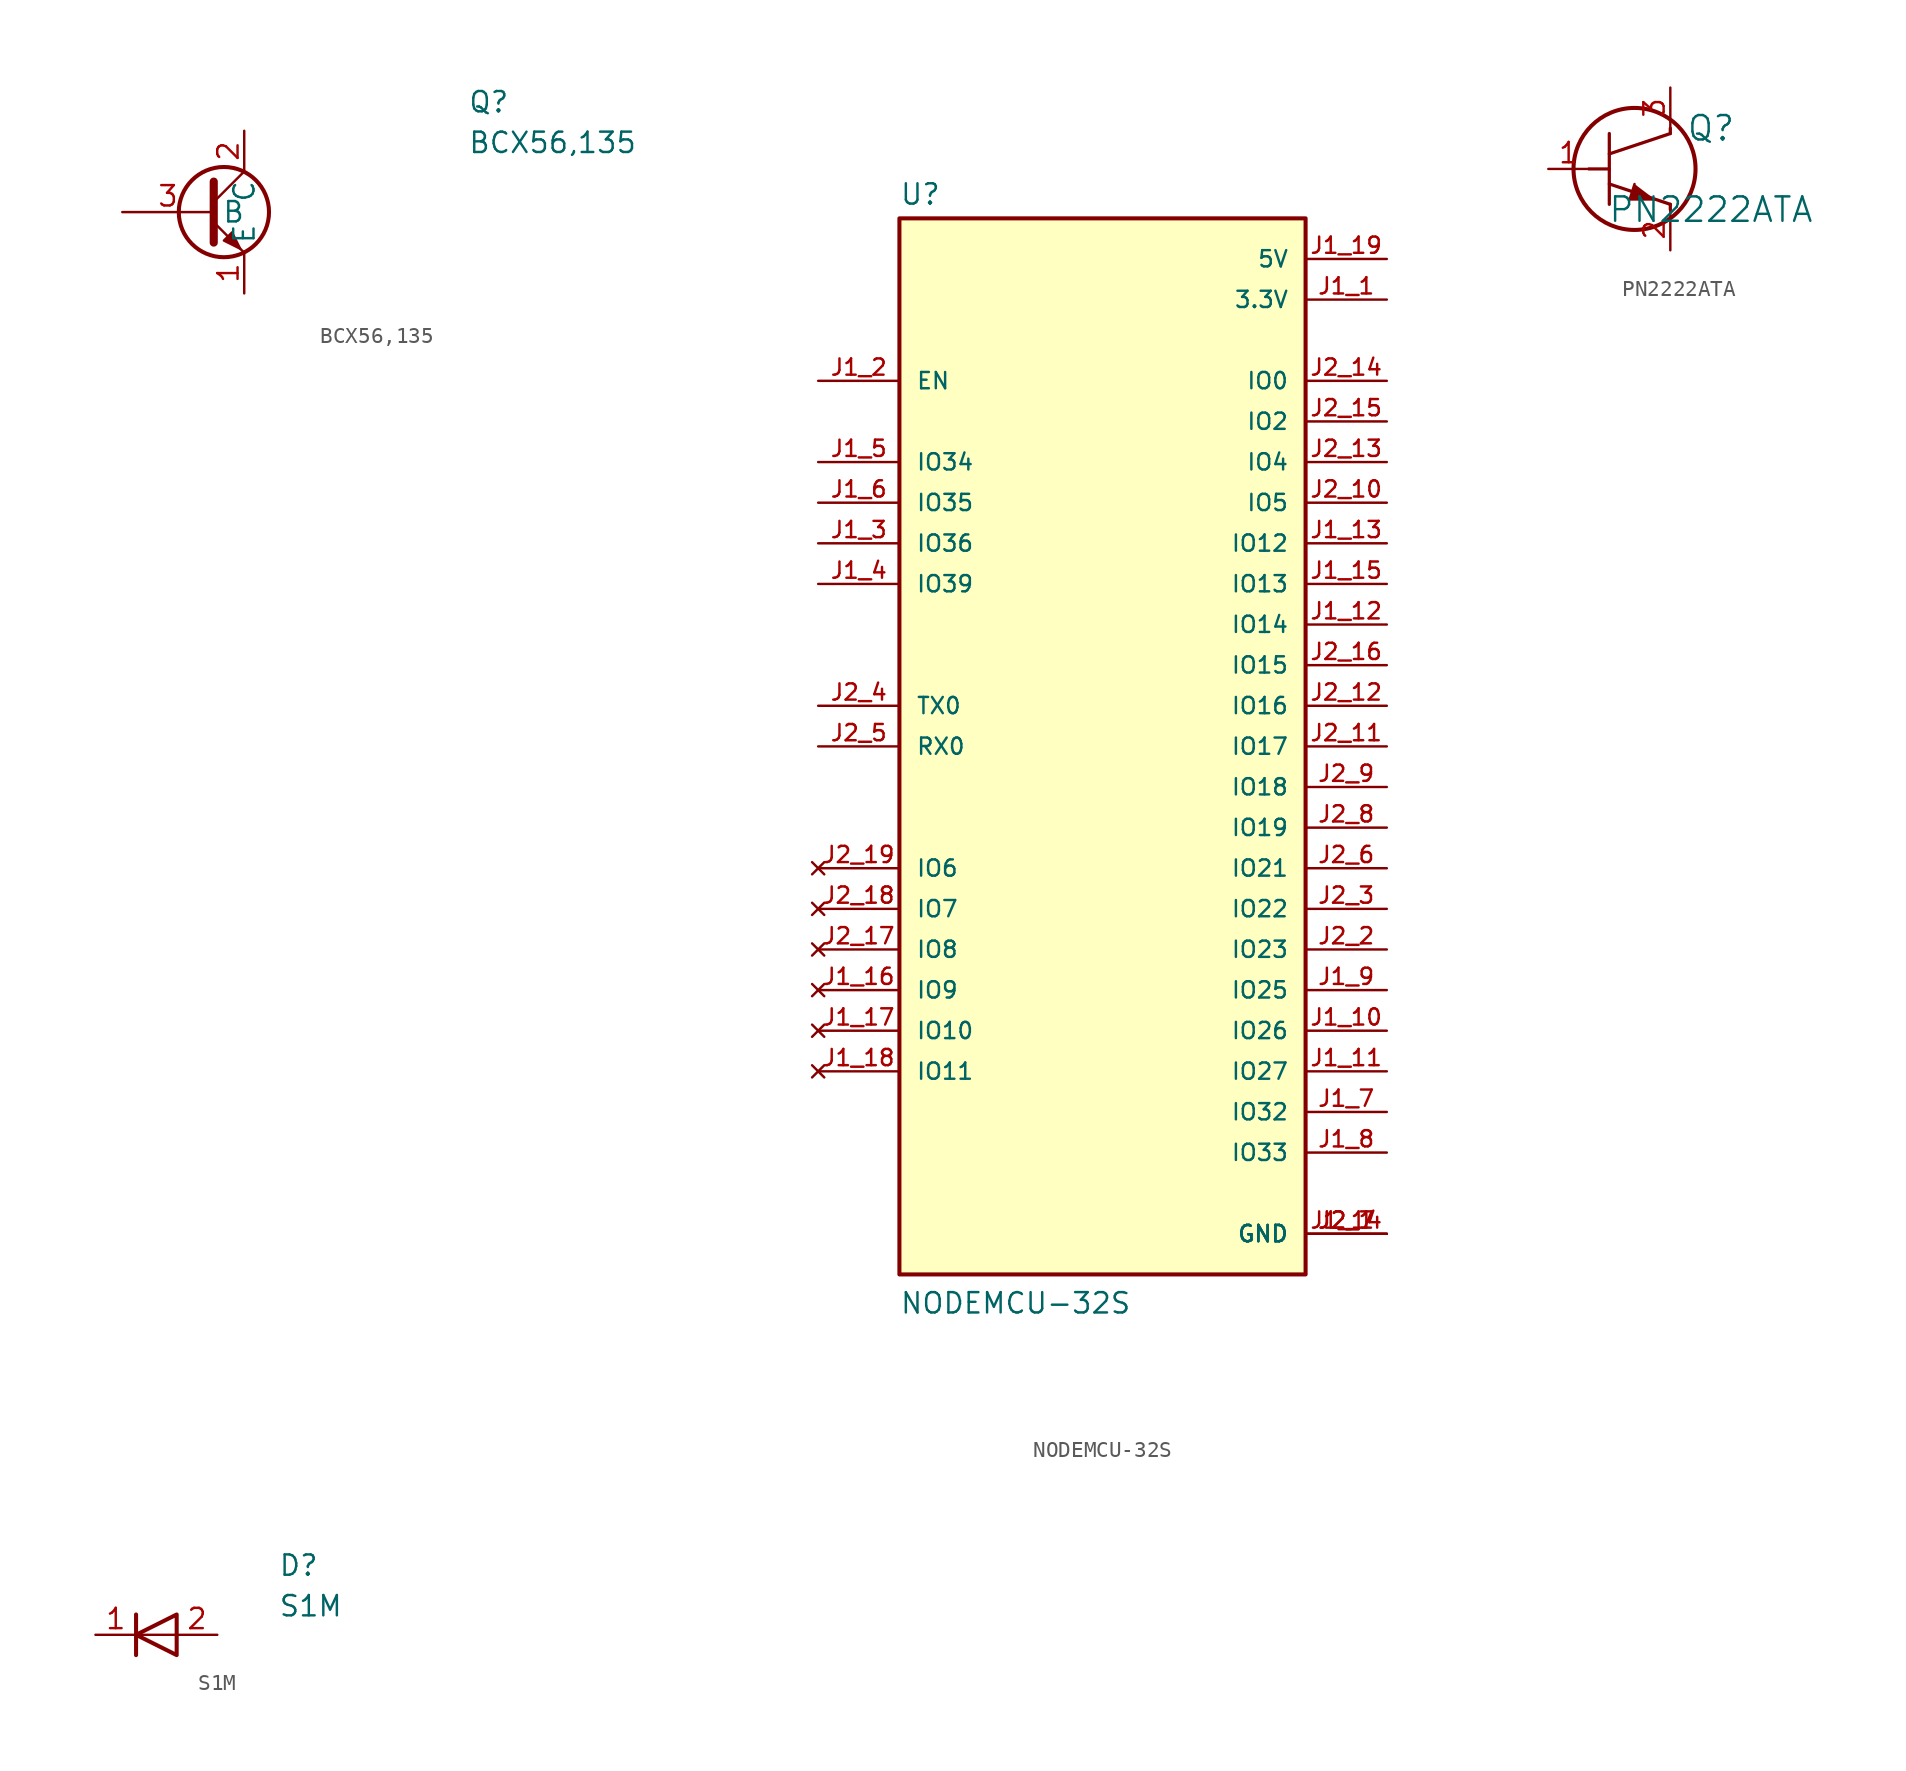
<source format=kicad_sym>
(kicad_symbol_lib
  (version 20231120)
  (generator "kicad_symbol_editor")
  (generator_version "8.0")
  (symbol "BCX56,135"
    (property "Reference" "Q"
      (at 21.59 7.62 0)
      (effects (font (size 1.27 1.27)) (justify left top)))
    (property "Value" "BCX56,135"
      (at 21.59 5.08 0)
      (effects (font (size 1.27 1.27)) (justify left top)))
    (symbol "BCX56,135_0_1"
      (polyline (pts (xy 5.715 0.635) (xy 7.62 2.54)) (stroke (width 0) (type default)) (fill (type none)))
      (polyline (pts (xy 5.715 -0.635) (xy 7.62 -2.54) (xy 7.62 -2.54)) (stroke (width 0) (type default)) (fill (type none)))
      (polyline (pts (xy 5.715 1.905) (xy 5.715 -1.905) (xy 5.715 -1.905)) (stroke (width 0.508) (type default)) (fill (type none)))
      (polyline (pts (xy 6.35 -1.778) (xy 6.858 -1.27) (xy 7.366 -2.286) (xy 6.35 -1.778) (xy 6.35 -1.778)) (stroke (width 0) (type default)) (fill (type outline)))
      (circle (center 6.35 0) (radius 2.819) (stroke (width 0.254) (type default)) (fill (type none))))
    (symbol "BCX56,135_1_1"
      (pin passive line (at 7.62 -5.08 90) (length 2.54) (name "E" (effects (font (size 1.27 1.27)))) (number "1" (effects (font (size 1.27 1.27)))))
      (pin passive line (at 7.62 5.08 270) (length 2.54) (name "C" (effects (font (size 1.27 1.27)))) (number "2" (effects (font (size 1.27 1.27)))))
      (pin passive line (at 0 0 0) (length 5.715) (name "B" (effects (font (size 1.27 1.27)))) (number "3" (effects (font (size 1.27 1.27)))))))
  (symbol "NODEMCU-32S"
    (pin_names
      (offset 1.016))
    (property "Reference" "U"
      (at -12.7 33.782 0)
      (effects (font (size 1.27 1.27)) (justify left bottom)))
    (property "Value" "NODEMCU-32S"
      (at -12.7 -35.56 0)
      (effects (font (size 1.27 1.27)) (justify left bottom)))
    (symbol "NODEMCU-32S_0_0"
      (rectangle (start -12.7 -33.02) (end 12.7 33.02) (stroke (width 0.254) (type default)) (fill (type background)))
      (pin power_in line (at 17.78 27.94 180) (length 5.08) (name "3.3V" (effects (font (size 1.016 1.016)))) (number "J1_1" (effects (font (size 1.016 1.016)))))
      (pin bidirectional line (at 17.78 -17.78 180) (length 5.08) (name "IO26" (effects (font (size 1.016 1.016)))) (number "J1_10" (effects (font (size 1.016 1.016)))))
      (pin bidirectional line (at 17.78 -20.32 180) (length 5.08) (name "IO27" (effects (font (size 1.016 1.016)))) (number "J1_11" (effects (font (size 1.016 1.016)))))
      (pin bidirectional line (at 17.78 7.62 180) (length 5.08) (name "IO14" (effects (font (size 1.016 1.016)))) (number "J1_12" (effects (font (size 1.016 1.016)))))
      (pin bidirectional line (at 17.78 12.7 180) (length 5.08) (name "IO12" (effects (font (size 1.016 1.016)))) (number "J1_13" (effects (font (size 1.016 1.016)))))
      (pin power_in line (at 17.78 -30.48 180) (length 5.08) (name "GND" (effects (font (size 1.016 1.016)))) (number "J1_14" (effects (font (size 1.016 1.016)))))
      (pin bidirectional line (at 17.78 10.16 180) (length 5.08) (name "IO13" (effects (font (size 1.016 1.016)))) (number "J1_15" (effects (font (size 1.016 1.016)))))
      (pin no_connect line (at -17.78 -15.24 0) (length 5.08) (name "IO9" (effects (font (size 1.016 1.016)))) (number "J1_16" (effects (font (size 1.016 1.016)))))
      (pin no_connect line (at -17.78 -17.78 0) (length 5.08) (name "IO10" (effects (font (size 1.016 1.016)))) (number "J1_17" (effects (font (size 1.016 1.016)))))
      (pin no_connect line (at -17.78 -20.32 0) (length 5.08) (name "IO11" (effects (font (size 1.016 1.016)))) (number "J1_18" (effects (font (size 1.016 1.016)))))
      (pin power_in line (at 17.78 30.48 180) (length 5.08) (name "5V" (effects (font (size 1.016 1.016)))) (number "J1_19" (effects (font (size 1.016 1.016)))))
      (pin input line (at -17.78 22.86 0) (length 5.08) (name "EN" (effects (font (size 1.016 1.016)))) (number "J1_2" (effects (font (size 1.016 1.016)))))
      (pin input line (at -17.78 12.7 0) (length 5.08) (name "IO36" (effects (font (size 1.016 1.016)))) (number "J1_3" (effects (font (size 1.016 1.016)))))
      (pin input line (at -17.78 10.16 0) (length 5.08) (name "IO39" (effects (font (size 1.016 1.016)))) (number "J1_4" (effects (font (size 1.016 1.016)))))
      (pin input line (at -17.78 17.78 0) (length 5.08) (name "IO34" (effects (font (size 1.016 1.016)))) (number "J1_5" (effects (font (size 1.016 1.016)))))
      (pin input line (at -17.78 15.24 0) (length 5.08) (name "IO35" (effects (font (size 1.016 1.016)))) (number "J1_6" (effects (font (size 1.016 1.016)))))
      (pin bidirectional line (at 17.78 -22.86 180) (length 5.08) (name "IO32" (effects (font (size 1.016 1.016)))) (number "J1_7" (effects (font (size 1.016 1.016)))))
      (pin bidirectional line (at 17.78 -25.4 180) (length 5.08) (name "IO33" (effects (font (size 1.016 1.016)))) (number "J1_8" (effects (font (size 1.016 1.016)))))
      (pin bidirectional line (at 17.78 -15.24 180) (length 5.08) (name "IO25" (effects (font (size 1.016 1.016)))) (number "J1_9" (effects (font (size 1.016 1.016)))))
      (pin power_in line (at 17.78 -30.48 180) (length 5.08) (name "GND" (effects (font (size 1.016 1.016)))) (number "J2_1" (effects (font (size 1.016 1.016)))))
      (pin bidirectional line (at 17.78 15.24 180) (length 5.08) (name "IO5" (effects (font (size 1.016 1.016)))) (number "J2_10" (effects (font (size 1.016 1.016)))))
      (pin bidirectional line (at 17.78 0 180) (length 5.08) (name "IO17" (effects (font (size 1.016 1.016)))) (number "J2_11" (effects (font (size 1.016 1.016)))))
      (pin bidirectional line (at 17.78 2.54 180) (length 5.08) (name "IO16" (effects (font (size 1.016 1.016)))) (number "J2_12" (effects (font (size 1.016 1.016)))))
      (pin bidirectional line (at 17.78 17.78 180) (length 5.08) (name "IO4" (effects (font (size 1.016 1.016)))) (number "J2_13" (effects (font (size 1.016 1.016)))))
      (pin bidirectional line (at 17.78 22.86 180) (length 5.08) (name "IO0" (effects (font (size 1.016 1.016)))) (number "J2_14" (effects (font (size 1.016 1.016)))))
      (pin bidirectional line (at 17.78 20.32 180) (length 5.08) (name "IO2" (effects (font (size 1.016 1.016)))) (number "J2_15" (effects (font (size 1.016 1.016)))))
      (pin bidirectional line (at 17.78 5.08 180) (length 5.08) (name "IO15" (effects (font (size 1.016 1.016)))) (number "J2_16" (effects (font (size 1.016 1.016)))))
      (pin no_connect line (at -17.78 -12.7 0) (length 5.08) (name "IO8" (effects (font (size 1.016 1.016)))) (number "J2_17" (effects (font (size 1.016 1.016)))))
      (pin no_connect line (at -17.78 -10.16 0) (length 5.08) (name "IO7" (effects (font (size 1.016 1.016)))) (number "J2_18" (effects (font (size 1.016 1.016)))))
      (pin no_connect line (at -17.78 -7.62 0) (length 5.08) (name "IO6" (effects (font (size 1.016 1.016)))) (number "J2_19" (effects (font (size 1.016 1.016)))))
      (pin bidirectional line (at 17.78 -12.7 180) (length 5.08) (name "IO23" (effects (font (size 1.016 1.016)))) (number "J2_2" (effects (font (size 1.016 1.016)))))
      (pin bidirectional line (at 17.78 -10.16 180) (length 5.08) (name "IO22" (effects (font (size 1.016 1.016)))) (number "J2_3" (effects (font (size 1.016 1.016)))))
      (pin bidirectional line (at -17.78 2.54 0) (length 5.08) (name "TX0" (effects (font (size 1.016 1.016)))) (number "J2_4" (effects (font (size 1.016 1.016)))))
      (pin bidirectional line (at -17.78 0 0) (length 5.08) (name "RX0" (effects (font (size 1.016 1.016)))) (number "J2_5" (effects (font (size 1.016 1.016)))))
      (pin bidirectional line (at 17.78 -7.62 180) (length 5.08) (name "IO21" (effects (font (size 1.016 1.016)))) (number "J2_6" (effects (font (size 1.016 1.016)))))
      (pin power_in line (at 17.78 -30.48 180) (length 5.08) (name "GND" (effects (font (size 1.016 1.016)))) (number "J2_7" (effects (font (size 1.016 1.016)))))
      (pin bidirectional line (at 17.78 -5.08 180) (length 5.08) (name "IO19" (effects (font (size 1.016 1.016)))) (number "J2_8" (effects (font (size 1.016 1.016)))))
      (pin bidirectional line (at 17.78 -2.54 180) (length 5.08) (name "IO18" (effects (font (size 1.016 1.016)))) (number "J2_9" (effects (font (size 1.016 1.016)))))))
  (symbol "PN2222ATA"
    (pin_names
      (offset 0.254))
    (property "Reference" "Q"
      (at 10.16 2.54 0)
      (effects (font (size 1.524 1.524))))
    (property "Value" "PN2222ATA"
      (at 10.16 -2.54 0)
      (effects (font (size 1.524 1.524))))
    (property "ki_locked" ""
      (at 0 0 0)
      (effects (font (size 1.27 1.27))))
    (symbol "PN2222ATA_0_1"
      (polyline (pts (xy 2.54 0) (xy 3.81 0)) (stroke (width 0.203) (type default)) (fill (type none)))
      (polyline (pts (xy 3.81 -2.21) (xy 3.81 2.21)) (stroke (width 0.203) (type default)) (fill (type none)))
      (polyline (pts (xy 3.81 -0.94) (xy 7.62 -2.21)) (stroke (width 0.203) (type default)) (fill (type none)))
      (polyline (pts (xy 3.81 0.94) (xy 7.62 2.21)) (stroke (width 0.203) (type default)) (fill (type none)))
      (polyline (pts (xy 7.62 -2.54) (xy 7.62 -2.21)) (stroke (width 0.203) (type default)) (fill (type none)))
      (polyline (pts (xy 7.62 2.21) (xy 7.62 2.54)) (stroke (width 0.203) (type default)) (fill (type none)))
      (polyline (pts (xy 5.385 -0.94) (xy 5.08 -1.905) (xy 6.655 -1.905)) (stroke (width 0) (type default)) (fill (type outline)))
      (circle (center 5.385 0) (radius 3.81) (stroke (width 0.254) (type default)) (fill (type none)))
      (pin unspecified line (at 0 0 0) (length 2.54) (name "" (effects (font (size 1.27 1.27)))) (number "1" (effects (font (size 1.27 1.27)))))
      (pin unspecified line (at 7.62 -5.08 90) (length 2.54) (name "" (effects (font (size 1.27 1.27)))) (number "2" (effects (font (size 1.27 1.27)))))
      (pin unspecified line (at 7.62 5.08 270) (length 2.54) (name "" (effects (font (size 1.27 1.27)))) (number "3" (effects (font (size 1.27 1.27)))))))
  (symbol "S1M"
    (pin_names hide)
    (property "Reference" "D"
      (at 11.43 5.08 0)
      (effects (font (size 1.27 1.27)) (justify left top)))
    (property "Value" "S1M"
      (at 11.43 2.54 0)
      (effects (font (size 1.27 1.27)) (justify left top)))
    (symbol "S1M_0_1"
      (polyline (pts (xy 2.54 1.27) (xy 2.54 -1.27)) (stroke (width 0.254) (type default)) (fill (type none)))
      (polyline (pts (xy 5.08 0) (xy 2.54 0)) (stroke (width 0) (type default)) (fill (type none)))
      (polyline (pts (xy 5.08 1.27) (xy 5.08 -1.27) (xy 2.54 0) (xy 5.08 1.27)) (stroke (width 0.254) (type default)) (fill (type none))))
    (symbol "S1M_1_1"
      (pin passive line (at 0 0 0) (length 2.54) (name "K" (effects (font (size 1.27 1.27)))) (number "1" (effects (font (size 1.27 1.27)))))
      (pin passive line (at 7.62 0 180) (length 2.54) (name "A" (effects (font (size 1.27 1.27)))) (number "2" (effects (font (size 1.27 1.27))))))))
</source>
